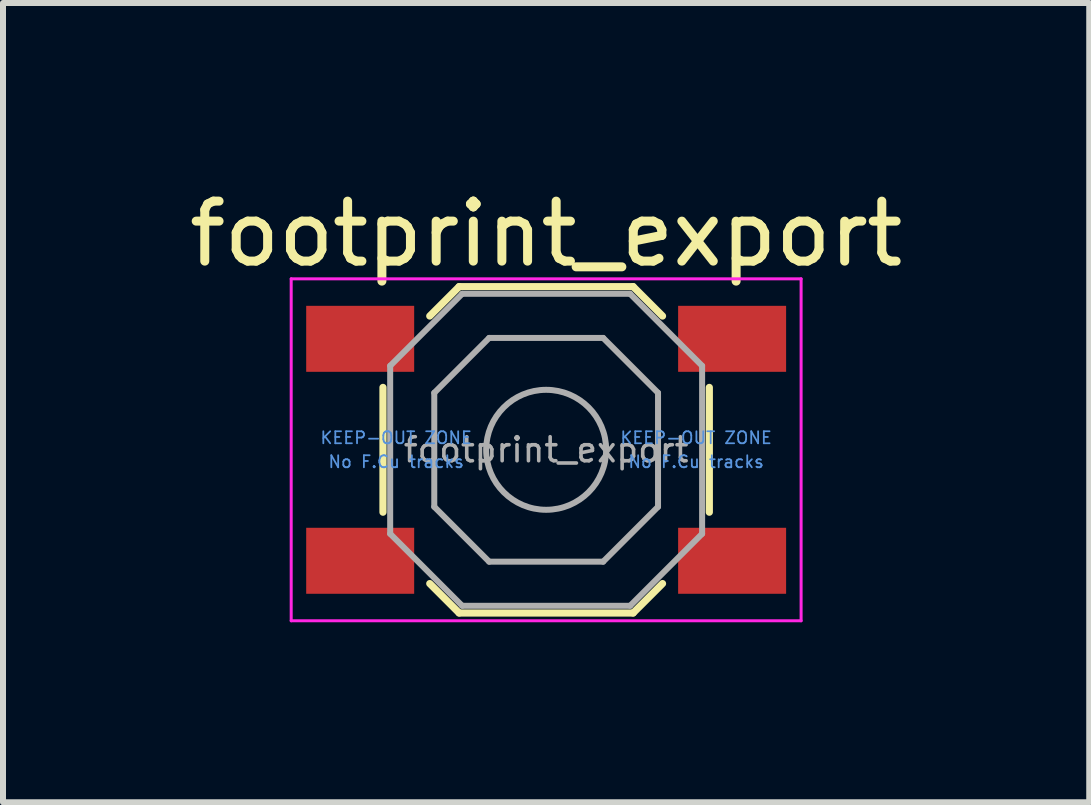
<source format=kicad_pcb>
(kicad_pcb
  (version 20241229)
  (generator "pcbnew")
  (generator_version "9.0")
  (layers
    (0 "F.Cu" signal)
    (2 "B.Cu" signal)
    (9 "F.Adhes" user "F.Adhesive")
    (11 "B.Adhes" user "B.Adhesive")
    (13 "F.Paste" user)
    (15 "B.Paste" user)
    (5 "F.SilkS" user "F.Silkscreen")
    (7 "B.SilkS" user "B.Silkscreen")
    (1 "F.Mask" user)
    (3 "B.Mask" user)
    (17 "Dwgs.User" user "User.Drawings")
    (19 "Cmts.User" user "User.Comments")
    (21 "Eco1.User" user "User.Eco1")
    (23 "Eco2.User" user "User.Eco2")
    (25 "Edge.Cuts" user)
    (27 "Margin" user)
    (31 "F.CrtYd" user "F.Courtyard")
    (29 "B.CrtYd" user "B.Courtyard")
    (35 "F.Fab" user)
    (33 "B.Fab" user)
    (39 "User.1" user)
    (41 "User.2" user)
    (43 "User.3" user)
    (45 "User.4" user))
  (footprint "footprint_export"
    (layer "F.Cu")
    (at 6.054 4.448)
    (property "Reference" "footprint_export" (at 0 -3.6 0) (layer "F.SilkS") (effects (font (size 1 1) (thickness 0.15))))
    (attr smd)
    (fp_line (start -2.72 1.04) (end -2.72 -1.04) (stroke (width 0.12) (type solid)) (layer "F.SilkS"))
    (fp_line (start -1.45 -2.72) (end -1.94 -2.23) (stroke (width 0.12) (type solid)) (layer "F.SilkS"))
    (fp_line (start -1.45 -2.72) (end 1.45 -2.72) (stroke (width 0.12) (type solid)) (layer "F.SilkS"))
    (fp_line (start -1.45 2.72) (end -1.94 2.23) (stroke (width 0.12) (type solid)) (layer "F.SilkS"))
    (fp_line (start -1.45 2.72) (end 1.45 2.72) (stroke (width 0.12) (type solid)) (layer "F.SilkS"))
    (fp_line (start 1.45 -2.72) (end 1.94 -2.23) (stroke (width 0.12) (type solid)) (layer "F.SilkS"))
    (fp_line (start 1.45 2.72) (end 1.94 2.23) (stroke (width 0.12) (type solid)) (layer "F.SilkS"))
    (fp_line (start 2.72 1.04) (end 2.72 -1.04) (stroke (width 0.12) (type solid)) (layer "F.SilkS"))
    (fp_line (start -4.25 -2.85) (end -4.25 2.85) (stroke (width 0.05) (type solid)) (layer "F.CrtYd"))
    (fp_line (start -4.25 2.85) (end 4.25 2.85) (stroke (width 0.05) (type solid)) (layer "F.CrtYd"))
    (fp_line (start 4.25 -2.85) (end -4.25 -2.85) (stroke (width 0.05) (type solid)) (layer "F.CrtYd"))
    (fp_line (start 4.25 2.85) (end 4.25 -2.85) (stroke (width 0.05) (type solid)) (layer "F.CrtYd"))
    (fp_line (start -2.6 -1.4) (end -1.4 -2.6) (stroke (width 0.1) (type solid)) (layer "F.Fab"))
    (fp_line (start -2.6 1.4) (end -2.6 -1.4) (stroke (width 0.1) (type solid)) (layer "F.Fab"))
    (fp_line (start -1.865 0.95) (end -1.865 -0.95) (stroke (width 0.1) (type solid)) (layer "F.Fab"))
    (fp_line (start -1.4 -2.6) (end 1.4 -2.6) (stroke (width 0.1) (type solid)) (layer "F.Fab"))
    (fp_line (start -1.4 2.6) (end -2.6 1.4) (stroke (width 0.1) (type solid)) (layer "F.Fab"))
    (fp_line (start -0.95 -1.865) (end -1.865 -0.95) (stroke (width 0.1) (type solid)) (layer "F.Fab"))
    (fp_line (start -0.95 -1.865) (end 0.95 -1.865) (stroke (width 0.1) (type solid)) (layer "F.Fab"))
    (fp_line (start -0.95 1.865) (end -1.865 0.95) (stroke (width 0.1) (type solid)) (layer "F.Fab"))
    (fp_line (start 0.95 -1.865) (end 1.865 -0.95) (stroke (width 0.1) (type solid)) (layer "F.Fab"))
    (fp_line (start 0.95 1.865) (end -0.95 1.865) (stroke (width 0.1) (type solid)) (layer "F.Fab"))
    (fp_line (start 0.95 1.865) (end 1.865 0.95) (stroke (width 0.1) (type solid)) (layer "F.Fab"))
    (fp_line (start 1.4 -2.6) (end 2.6 -1.4) (stroke (width 0.1) (type solid)) (layer "F.Fab"))
    (fp_line (start 1.4 2.6) (end -1.4 2.6) (stroke (width 0.1) (type solid)) (layer "F.Fab"))
    (fp_line (start 1.865 -0.95) (end 1.865 0.95) (stroke (width 0.1) (type solid)) (layer "F.Fab"))
    (fp_line (start 2.6 -1.4) (end 2.6 1.4) (stroke (width 0.1) (type solid)) (layer "F.Fab"))
    (fp_line (start 2.6 1.4) (end 1.4 2.6) (stroke (width 0.1) (type solid)) (layer "F.Fab"))
    (fp_circle (center 0 0) (end 1 0) (stroke (width 0.1) (type solid)) (fill no) (layer "F.Fab"))
    (fp_text user "KEEP-OUT ZONE" (at -2.5 -0.2 0) (layer "Cmts.User") (effects (font (size 0.2 0.2) (thickness 0.03))))
    (fp_text user "No F.Cu tracks" (at -2.5 0.2 0) (layer "Cmts.User") (effects (font (size 0.2 0.2) (thickness 0.03))))
    (fp_text user "KEEP-OUT ZONE" (at 2.5 -0.2 0) (layer "Cmts.User") (effects (font (size 0.2 0.2) (thickness 0.03))))
    (fp_text user "No F.Cu tracks" (at 2.5 0.2 0) (layer "Cmts.User") (effects (font (size 0.2 0.2) (thickness 0.03))))
    (fp_text user "${REFERENCE}" (at 0 0 0) (layer "F.Fab") (effects (font (size 0.4 0.4) (thickness 0.06))))
    (pad "1" smd rect (at -3.1 -1.85) (size 1.8 1.1) (layers "F.Cu" "F.Mask" "F.Paste"))
    (pad "1" smd rect (at 3.1 -1.85) (size 1.8 1.1) (layers "F.Cu" "F.Mask" "F.Paste"))
    (pad "2" smd rect (at -3.1 1.85) (size 1.8 1.1) (layers "F.Cu" "F.Mask" "F.Paste"))
    (pad "2" smd rect (at 3.1 1.85) (size 1.8 1.1) (layers "F.Cu" "F.Mask" "F.Paste"))
    (zone (net_name "") (layer "F.Cu") (hatch full 0.508) (connect_pads) (min_thickness 0.254) (filled_areas_thickness no) (keepout (tracks not_allowed) (vias not_allowed) (pads not_allowed) (copperpour not_allowed) (footprints not_allowed)) (placement (enabled no)) (fill) (polygon (pts (xy 2.054 3.148) (xy 5.054 3.148) (xy 5.054 5.748) (xy 2.054 5.748))))
    (zone (net_name "") (layer "F.Cu") (hatch full 0.508) (connect_pads) (min_thickness 0.254) (filled_areas_thickness no) (keepout (tracks not_allowed) (vias not_allowed) (pads not_allowed) (copperpour not_allowed) (footprints not_allowed)) (placement (enabled no)) (fill) (polygon (pts (xy 7.054 3.148) (xy 10.054 3.148) (xy 10.054 5.748) (xy 7.054 5.748)))))
  (gr_rect
    (start -3 -3)
    (end 15.107 10.323)
    (stroke (width 0.1) (type default))
    (fill no)
    (layer "Edge.Cuts")))
</source>
